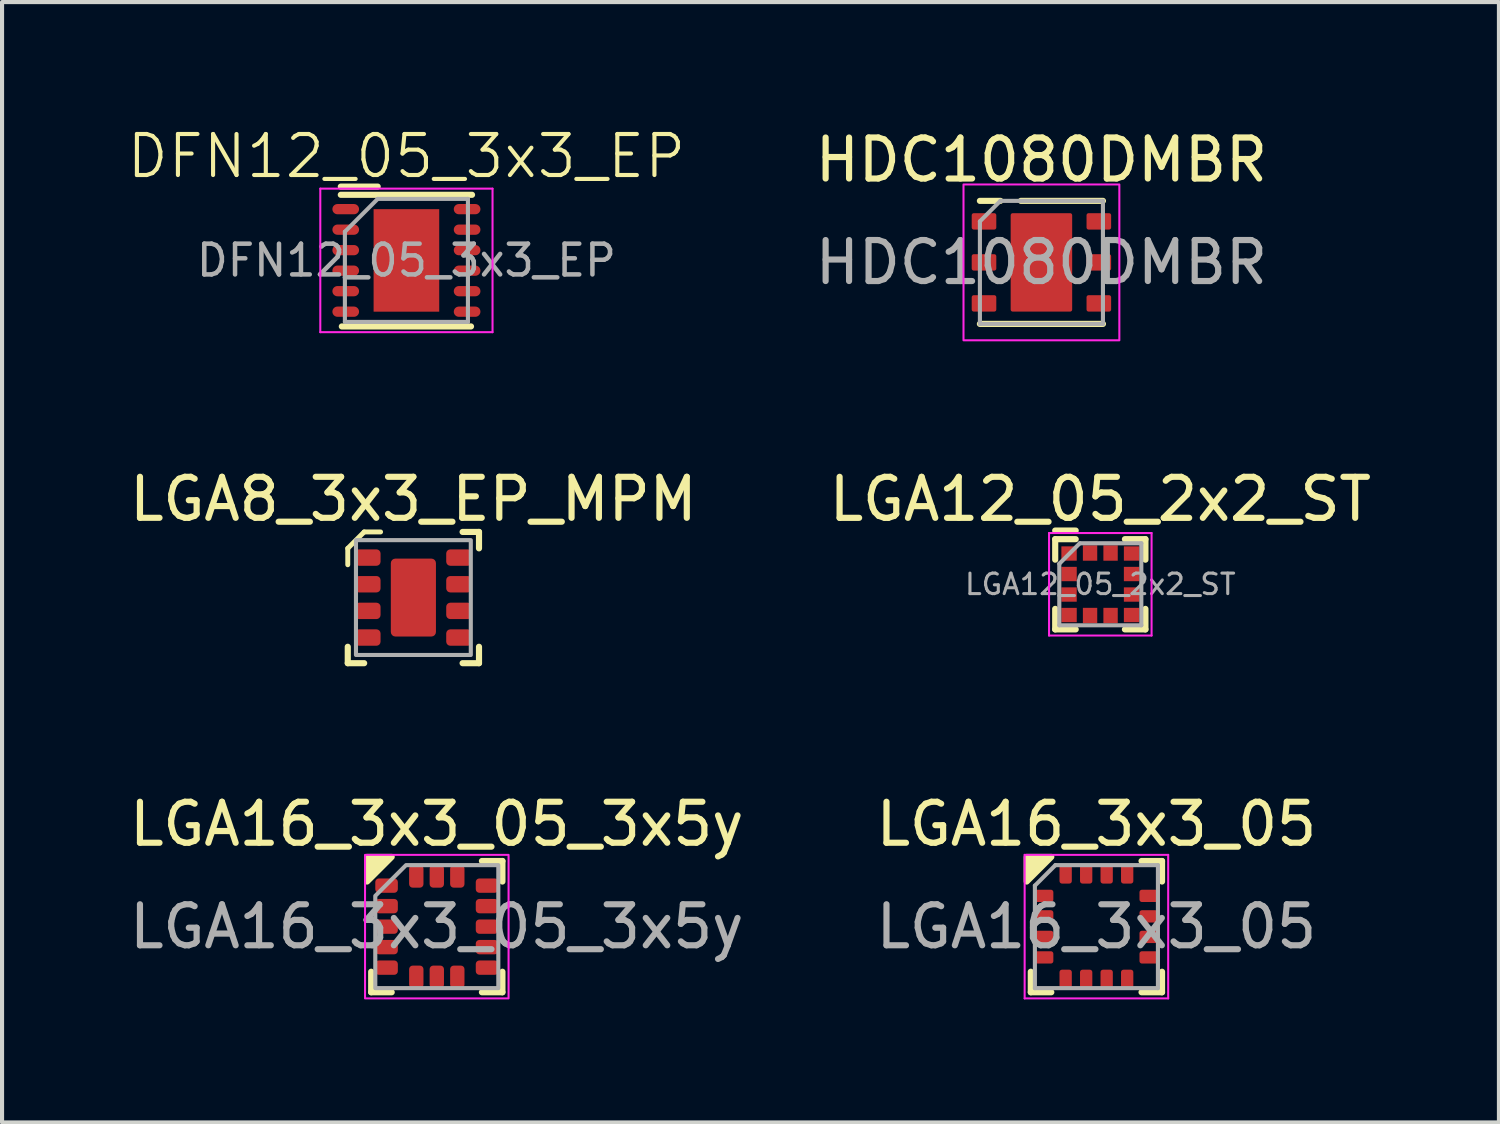
<source format=kicad_pcb>
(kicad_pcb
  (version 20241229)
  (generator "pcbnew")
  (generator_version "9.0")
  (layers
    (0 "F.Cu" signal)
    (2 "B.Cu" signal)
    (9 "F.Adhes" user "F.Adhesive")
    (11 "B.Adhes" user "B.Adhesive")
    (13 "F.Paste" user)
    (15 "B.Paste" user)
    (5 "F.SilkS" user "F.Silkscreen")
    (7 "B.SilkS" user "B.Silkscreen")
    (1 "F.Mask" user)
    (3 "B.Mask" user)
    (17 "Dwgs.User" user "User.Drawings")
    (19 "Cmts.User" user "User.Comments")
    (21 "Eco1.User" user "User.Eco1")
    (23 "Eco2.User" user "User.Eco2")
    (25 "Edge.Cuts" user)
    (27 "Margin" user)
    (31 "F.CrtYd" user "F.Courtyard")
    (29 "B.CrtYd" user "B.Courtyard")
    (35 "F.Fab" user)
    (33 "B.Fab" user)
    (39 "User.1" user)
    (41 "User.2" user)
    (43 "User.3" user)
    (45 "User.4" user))
  (footprint "LGA16_3x3_05"
    (layer "F.Cu")
    (at 23.685 19.545)
    (property "Reference" "LGA16_3x3_05" (at 0 -2.5 0) (layer "F.SilkS") (effects (font (size 1 1) (thickness 0.15))))
    (attr smd)
    (fp_line (start -1.6 1.6) (end -1.6 1.1) (stroke (width 0.15) (type solid)) (layer "F.SilkS"))
    (fp_line (start -1.1 1.6) (end -1.6 1.6) (stroke (width 0.15) (type solid)) (layer "F.SilkS"))
    (fp_line (start 1.1 -1.6) (end 1.6 -1.6) (stroke (width 0.15) (type solid)) (layer "F.SilkS"))
    (fp_line (start 1.1 1.6) (end 1.6 1.6) (stroke (width 0.15) (type solid)) (layer "F.SilkS"))
    (fp_line (start 1.6 -1.6) (end 1.6 -1.1) (stroke (width 0.15) (type solid)) (layer "F.SilkS"))
    (fp_line (start 1.6 1.6) (end 1.6 1.1) (stroke (width 0.15) (type solid)) (layer "F.SilkS"))
    (fp_poly (pts (xy -1.7 -1.1) (xy -1.7 -1.7) (xy -1.1 -1.7)) (stroke (width 0.15) (type solid)) (fill yes) (layer "F.SilkS"))
    (fp_line (start -1.75 -1.75) (end 1.75 -1.75) (stroke (width 0.05) (type solid)) (layer "F.CrtYd"))
    (fp_line (start -1.75 1.75) (end -1.75 -1.75) (stroke (width 0.05) (type solid)) (layer "F.CrtYd"))
    (fp_line (start 1.75 -1.75) (end 1.75 1.75) (stroke (width 0.05) (type solid)) (layer "F.CrtYd"))
    (fp_line (start 1.75 1.75) (end -1.75 1.75) (stroke (width 0.05) (type solid)) (layer "F.CrtYd"))
    (fp_line (start -1.5 -1) (end -1 -1.5) (stroke (width 0.1) (type solid)) (layer "F.Fab"))
    (fp_line (start -1.5 1.5) (end -1.5 -1) (stroke (width 0.1) (type solid)) (layer "F.Fab"))
    (fp_line (start -1 -1.5) (end 1.5 -1.5) (stroke (width 0.1) (type solid)) (layer "F.Fab"))
    (fp_line (start 1.5 -1.5) (end 1.5 1.5) (stroke (width 0.1) (type solid)) (layer "F.Fab"))
    (fp_line (start 1.5 1.5) (end -1.5 1.5) (stroke (width 0.1) (type solid)) (layer "F.Fab"))
    (fp_text user "${REFERENCE}" (at 0 0 180) (layer "F.Fab") (effects (font (size 1 1) (thickness 0.15))))
    (pad "1" smd roundrect (at -1.275 -0.75 90) (size 0.3 0.45) (layers "F.Cu" "F.Mask" "F.Paste") (roundrect_rratio 0.2))
    (pad "2" smd roundrect (at -1.275 -0.25 90) (size 0.3 0.45) (layers "F.Cu" "F.Mask" "F.Paste") (roundrect_rratio 0.2))
    (pad "3" smd roundrect (at -1.275 0.25 90) (size 0.3 0.45) (layers "F.Cu" "F.Mask" "F.Paste") (roundrect_rratio 0.2))
    (pad "4" smd roundrect (at -1.275 0.75 90) (size 0.3 0.45) (layers "F.Cu" "F.Mask" "F.Paste") (roundrect_rratio 0.2))
    (pad "5" smd roundrect (at -0.75 1.275) (size 0.3 0.45) (layers "F.Cu" "F.Mask" "F.Paste") (roundrect_rratio 0.2))
    (pad "6" smd roundrect (at -0.25 1.275) (size 0.3 0.45) (layers "F.Cu" "F.Mask" "F.Paste") (roundrect_rratio 0.2))
    (pad "7" smd roundrect (at 0.25 1.275) (size 0.3 0.45) (layers "F.Cu" "F.Mask" "F.Paste") (roundrect_rratio 0.2))
    (pad "8" smd roundrect (at 0.75 1.275) (size 0.3 0.45) (layers "F.Cu" "F.Mask" "F.Paste") (roundrect_rratio 0.2))
    (pad "9" smd roundrect (at 1.275 0.75 90) (size 0.3 0.45) (layers "F.Cu" "F.Mask" "F.Paste") (roundrect_rratio 0.2))
    (pad "10" smd roundrect (at 1.275 0.25 90) (size 0.3 0.45) (layers "F.Cu" "F.Mask" "F.Paste") (roundrect_rratio 0.2))
    (pad "11" smd roundrect (at 1.275 -0.25 90) (size 0.3 0.45) (layers "F.Cu" "F.Mask" "F.Paste") (roundrect_rratio 0.2))
    (pad "12" smd roundrect (at 1.275 -0.75 90) (size 0.3 0.45) (layers "F.Cu" "F.Mask" "F.Paste") (roundrect_rratio 0.2))
    (pad "13" smd roundrect (at 0.75 -1.275) (size 0.3 0.45) (layers "F.Cu" "F.Mask" "F.Paste") (roundrect_rratio 0.2))
    (pad "14" smd roundrect (at 0.25 -1.275) (size 0.3 0.45) (layers "F.Cu" "F.Mask" "F.Paste") (roundrect_rratio 0.2))
    (pad "15" smd roundrect (at -0.25 -1.275) (size 0.3 0.45) (layers "F.Cu" "F.Mask" "F.Paste") (roundrect_rratio 0.2))
    (pad "16" smd roundrect (at -0.75 -1.275) (size 0.3 0.45) (layers "F.Cu" "F.Mask" "F.Paste") (roundrect_rratio 0.2)))
  (footprint "LGA8_3x3_EP_MPM"
    (layer "F.Cu")
    (at 7.03 11.521)
    (property "Reference" "LGA8_3x3_EP_MPM" (at 0 -2.4 0) (unlocked yes) (layer "F.SilkS") (effects (font (size 1 1) (thickness 0.15))))
    (attr smd)
    (fp_line (start -1.6 -1.2) (end -1.2 -1.6) (stroke (width 0.12) (type solid)) (layer "F.SilkS"))
    (fp_line (start -1.6 -0.8) (end -1.6 -1.2) (stroke (width 0.12) (type solid)) (layer "F.SilkS"))
    (fp_line (start -1.6 1.6) (end -1.6 1.2) (stroke (width 0.15) (type solid)) (layer "F.SilkS"))
    (fp_line (start -1.2 -1.6) (end -0.8 -1.6) (stroke (width 0.12) (type solid)) (layer "F.SilkS"))
    (fp_line (start -1.2 1.6) (end -1.6 1.6) (stroke (width 0.15) (type solid)) (layer "F.SilkS"))
    (fp_line (start 1.2 -1.6) (end 1.6 -1.6) (stroke (width 0.15) (type solid)) (layer "F.SilkS"))
    (fp_line (start 1.6 -1.6) (end 1.6 -1.2) (stroke (width 0.15) (type solid)) (layer "F.SilkS"))
    (fp_line (start 1.6 1.2) (end 1.6 1.6) (stroke (width 0.15) (type solid)) (layer "F.SilkS"))
    (fp_line (start 1.6 1.6) (end 1.2 1.6) (stroke (width 0.15) (type solid)) (layer "F.SilkS"))
    (fp_rect (start -1.4 -1.4) (end 1.4 1.4) (stroke (width 0.1) (type solid)) (fill no) (layer "F.Fab"))
    (pad "1" smd roundrect (at -1.113 -0.975 90) (size 0.4 0.625) (layers "F.Cu" "F.Mask" "F.Paste") (roundrect_rratio 0.25))
    (pad "2" smd roundrect (at -1.113 -0.325 90) (size 0.4 0.625) (layers "F.Cu" "F.Mask" "F.Paste") (roundrect_rratio 0.25))
    (pad "3" smd roundrect (at -1.113 0.325 90) (size 0.4 0.625) (layers "F.Cu" "F.Mask" "F.Paste") (roundrect_rratio 0.25))
    (pad "4" smd roundrect (at -1.113 0.975 90) (size 0.4 0.625) (layers "F.Cu" "F.Mask" "F.Paste") (roundrect_rratio 0.25))
    (pad "5" smd roundrect (at 1.113 0.975 90) (size 0.4 0.625) (layers "F.Cu" "F.Mask" "F.Paste") (roundrect_rratio 0.25))
    (pad "6" smd roundrect (at 1.113 0.325 90) (size 0.4 0.625) (layers "F.Cu" "F.Mask" "F.Paste") (roundrect_rratio 0.25))
    (pad "7" smd roundrect (at 1.113 -0.325 90) (size 0.4 0.625) (layers "F.Cu" "F.Mask" "F.Paste") (roundrect_rratio 0.25))
    (pad "8" smd roundrect (at 1.113 -0.975 90) (size 0.4 0.625) (layers "F.Cu" "F.Mask" "F.Paste") (roundrect_rratio 0.25))
    (pad "9" smd roundrect (at 0 0) (size 1.1 1.9) (layers "F.Cu" "F.Mask" "F.Paste") (roundrect_rratio 0.1))
    (zone (net_name "") (layer "F.Cu") (hatch edge 0.508) (connect_pads) (min_thickness 0.254) (filled_areas_thickness no) (keepout (tracks not_allowed) (vias not_allowed) (pads not_allowed) (copperpour not_allowed) (footprints allowed)) (placement (enabled no)) (fill) (polygon (pts (xy 7.63 10.421) (xy 6.43 10.421) (xy 6.43 9.921) (xy 7.63 9.921)))))
  (footprint "DFN12_05_3x3_EP"
    (layer "F.Cu")
    (at 6.86 3.3)
    (property "Reference" "DFN12_05_3x3_EP" (at 0 -2.54 0) (unlocked yes) (layer "F.SilkS") (effects (font (size 1 1) (thickness 0.1))))
    (attr smd)
    (fp_line (start -1.6 -1.6) (end 1.6 -1.6) (stroke (width 0.15) (type solid)) (layer "F.SilkS"))
    (fp_line (start -1.575 1.61) (end 1.575 1.61) (stroke (width 0.15) (type solid)) (layer "F.SilkS"))
    (fp_line (start -0.7 -1.8) (end -1.6 -1.8) (stroke (width 0.15) (type default)) (layer "F.SilkS"))
    (fp_line (start -2.1 -1.75) (end -2.1 1.75) (stroke (width 0.05) (type solid)) (layer "F.CrtYd"))
    (fp_line (start -2.1 1.75) (end 2.1 1.75) (stroke (width 0.05) (type solid)) (layer "F.CrtYd"))
    (fp_line (start 2.1 -1.75) (end -2.1 -1.75) (stroke (width 0.05) (type solid)) (layer "F.CrtYd"))
    (fp_line (start 2.1 1.75) (end 2.1 -1.75) (stroke (width 0.05) (type solid)) (layer "F.CrtYd"))
    (fp_line (start -1.5 -0.7) (end -1.5 1.5) (stroke (width 0.1) (type default)) (layer "F.Fab"))
    (fp_line (start -1.5 -0.7) (end -0.7 -1.5) (stroke (width 0.1) (type default)) (layer "F.Fab"))
    (fp_line (start 1.5 -1.5) (end -0.7 -1.5) (stroke (width 0.1) (type solid)) (layer "F.Fab"))
    (fp_line (start 1.5 1.5) (end -1.5 1.5) (stroke (width 0.1) (type solid)) (layer "F.Fab"))
    (fp_line (start 1.5 1.5) (end 1.5 -1.5) (stroke (width 0.1) (type default)) (layer "F.Fab"))
    (fp_text user "${REFERENCE}" (at 0 0 0) (layer "F.Fab") (effects (font (size 0.75 0.75) (thickness 0.11))))
    (pad "" smd roundrect (at -0.4 -0.625) (size 0.64 1.01) (layers "F.Paste") (roundrect_rratio 0.25))
    (pad "" smd roundrect (at -0.4 0.625) (size 0.64 1.01) (layers "F.Paste") (roundrect_rratio 0.25))
    (pad "" smd roundrect (at 0.4 -0.625) (size 0.64 1.01) (layers "F.Paste") (roundrect_rratio 0.25))
    (pad "" smd roundrect (at 0.4 0.625) (size 0.64 1.01) (layers "F.Paste") (roundrect_rratio 0.25))
    (pad "1" smd oval (at -1.48 -1.25) (size 0.65 0.25) (layers "F.Cu" "F.Mask" "F.Paste"))
    (pad "2" smd oval (at -1.48 -0.75) (size 0.65 0.25) (layers "F.Cu" "F.Mask" "F.Paste"))
    (pad "3" smd oval (at -1.48 -0.25) (size 0.65 0.25) (layers "F.Cu" "F.Mask" "F.Paste"))
    (pad "4" smd oval (at -1.48 0.25) (size 0.65 0.25) (layers "F.Cu" "F.Mask" "F.Paste"))
    (pad "5" smd oval (at -1.48 0.75) (size 0.65 0.25) (layers "F.Cu" "F.Mask" "F.Paste"))
    (pad "6" smd oval (at -1.48 1.25) (size 0.65 0.25) (layers "F.Cu" "F.Mask" "F.Paste"))
    (pad "7" smd oval (at 1.48 1.25) (size 0.65 0.25) (layers "F.Cu" "F.Mask" "F.Paste"))
    (pad "8" smd oval (at 1.48 0.75) (size 0.65 0.25) (layers "F.Cu" "F.Mask" "F.Paste"))
    (pad "9" smd oval (at 1.48 0.25) (size 0.65 0.25) (layers "F.Cu" "F.Mask" "F.Paste"))
    (pad "10" smd oval (at 1.48 -0.25) (size 0.65 0.25) (layers "F.Cu" "F.Mask" "F.Paste"))
    (pad "11" smd oval (at 1.48 -0.75) (size 0.65 0.25) (layers "F.Cu" "F.Mask" "F.Paste"))
    (pad "12" smd oval (at 1.48 -1.25) (size 0.65 0.25) (layers "F.Cu" "F.Mask" "F.Paste"))
    (pad "13" smd rect (at 0 0) (size 1.6 2.5) (layers "F.Cu" "F.Mask")))
  (footprint "HDC1080DMBR"
    (layer "F.Cu")
    (at 22.344 3.348)
    (property "Reference" "HDC1080DMBR" (at 0 -2.5 0) (unlocked yes) (layer "F.SilkS") (effects (font (size 1 1) (thickness 0.15))))
    (attr smd)
    (fp_line (start -1 -1.5) (end -1.5 -1.5) (stroke (width 0.15) (type solid)) (layer "F.SilkS"))
    (fp_line (start 1.5 -1.5) (end -0.5 -1.5) (stroke (width 0.15) (type solid)) (layer "F.SilkS"))
    (fp_line (start 1.5 1.5) (end -1.5 1.5) (stroke (width 0.15) (type solid)) (layer "F.SilkS"))
    (fp_rect (start -0.64 -1.1) (end 0.64 -0.1) (stroke (width 0.1) (type solid)) (fill yes) (layer "F.Paste"))
    (fp_rect (start -0.64 0.1) (end 0.64 1.1) (stroke (width 0.1) (type solid)) (fill yes) (layer "F.Paste"))
    (fp_rect (start -1.9 -1.9) (end 1.9 1.9) (stroke (width 0.05) (type solid)) (fill no) (layer "F.CrtYd"))
    (fp_line (start -1.5 -1) (end -1.5 1.5) (stroke (width 0.1) (type default)) (layer "F.Fab"))
    (fp_line (start -1.5 -1) (end -1 -1.5) (stroke (width 0.1) (type default)) (layer "F.Fab"))
    (fp_line (start 1.5 -1.5) (end -1 -1.5) (stroke (width 0.1) (type default)) (layer "F.Fab"))
    (fp_line (start 1.5 -1.5) (end 1.5 1.5) (stroke (width 0.1) (type default)) (layer "F.Fab"))
    (fp_line (start 1.5 1.5) (end -1.5 1.5) (stroke (width 0.1) (type default)) (layer "F.Fab"))
    (fp_text user "${REFERENCE}" (at 0 0 0) (unlocked yes) (layer "F.Fab") (effects (font (size 1 1) (thickness 0.15))))
    (pad "1" smd roundrect (at -1.4 -1) (size 0.6 0.4) (layers "F.Cu" "F.Mask" "F.Paste") (roundrect_rratio 0.125))
    (pad "2" smd roundrect (at -1.4 0) (size 0.6 0.4) (layers "F.Cu" "F.Mask" "F.Paste") (roundrect_rratio 0.125))
    (pad "3" smd roundrect (at -1.4 1) (size 0.6 0.4) (layers "F.Cu" "F.Mask" "F.Paste") (roundrect_rratio 0.125))
    (pad "4" smd roundrect (at 1.4 1) (size 0.6 0.4) (layers "F.Cu" "F.Mask" "F.Paste") (roundrect_rratio 0.125))
    (pad "5" smd roundrect (at 1.4 0) (size 0.6 0.4) (layers "F.Cu" "F.Mask" "F.Paste") (roundrect_rratio 0.125))
    (pad "6" smd roundrect (at 1.4 -1) (size 0.6 0.4) (layers "F.Cu" "F.Mask" "F.Paste") (roundrect_rratio 0.125))
    (pad "EP" smd roundrect (at 0 0) (size 1.5 2.4) (layers "F.Cu" "F.Mask") (roundrect_rratio 0.033)))
  (footprint "LGA12_05_2x2_ST"
    (layer "F.Cu")
    (at 23.78 11.197)
    (property "Reference" "LGA12_05_2x2_ST" (at 0 -2.075 0) (layer "F.SilkS") (effects (font (size 1 1) (thickness 0.15))))
    (attr smd)
    (fp_line (start -1.1 -1.31) (end -0.6 -1.31) (stroke (width 0.15) (type solid)) (layer "F.SilkS"))
    (fp_line (start -1.1 -1.1) (end -0.6 -1.1) (stroke (width 0.15) (type solid)) (layer "F.SilkS"))
    (fp_line (start -1.1 -0.6) (end -1.1 -1.1) (stroke (width 0.15) (type solid)) (layer "F.SilkS"))
    (fp_line (start -1.1 0.6) (end -1.1 0.6) (stroke (width 0.12) (type solid)) (layer "F.SilkS"))
    (fp_line (start -1.1 1.1) (end -1.1 0.6) (stroke (width 0.15) (type solid)) (layer "F.SilkS"))
    (fp_line (start -0.6 1.1) (end -1.1 1.1) (stroke (width 0.15) (type solid)) (layer "F.SilkS"))
    (fp_line (start 0.6 -1.1) (end 1.1 -1.1) (stroke (width 0.15) (type solid)) (layer "F.SilkS"))
    (fp_line (start 0.6 1.1) (end 0.6 1.1) (stroke (width 0.12) (type solid)) (layer "F.SilkS"))
    (fp_line (start 1.1 -1.1) (end 1.1 -0.6) (stroke (width 0.15) (type solid)) (layer "F.SilkS"))
    (fp_line (start 1.1 -0.6) (end 1.1 -0.6) (stroke (width 0.12) (type solid)) (layer "F.SilkS"))
    (fp_line (start 1.1 0.6) (end 1.1 1.1) (stroke (width 0.15) (type solid)) (layer "F.SilkS"))
    (fp_line (start 1.1 1.1) (end 0.6 1.1) (stroke (width 0.15) (type solid)) (layer "F.SilkS"))
    (fp_line (start -1.25 -1.25) (end 1.25 -1.25) (stroke (width 0.05) (type solid)) (layer "F.CrtYd"))
    (fp_line (start -1.25 1.25) (end -1.25 -1.25) (stroke (width 0.05) (type solid)) (layer "F.CrtYd"))
    (fp_line (start 1.25 -1.25) (end 1.25 1.25) (stroke (width 0.05) (type solid)) (layer "F.CrtYd"))
    (fp_line (start 1.25 1.25) (end -1.25 1.25) (stroke (width 0.05) (type solid)) (layer "F.CrtYd"))
    (fp_line (start -1 -0.5) (end -0.5 -1) (stroke (width 0.1) (type solid)) (layer "F.Fab"))
    (fp_line (start -1 1) (end -1 -0.5) (stroke (width 0.1) (type solid)) (layer "F.Fab"))
    (fp_line (start -0.5 -1) (end 1 -1) (stroke (width 0.1) (type solid)) (layer "F.Fab"))
    (fp_line (start 1 -1) (end 1 1) (stroke (width 0.1) (type solid)) (layer "F.Fab"))
    (fp_line (start 1 1) (end -1 1) (stroke (width 0.1) (type solid)) (layer "F.Fab"))
    (fp_text user "${REFERENCE}" (at 0 0 0) (layer "F.Fab") (effects (font (size 0.5 0.5) (thickness 0.075))))
    (pad "1" smd rect (at -0.762 -0.75) (size 0.375 0.35) (layers "F.Cu" "F.Mask" "F.Paste"))
    (pad "2" smd rect (at -0.762 -0.25) (size 0.375 0.35) (layers "F.Cu" "F.Mask" "F.Paste"))
    (pad "3" smd rect (at -0.762 0.25) (size 0.375 0.35) (layers "F.Cu" "F.Mask" "F.Paste"))
    (pad "4" smd rect (at -0.762 0.75) (size 0.375 0.35) (layers "F.Cu" "F.Mask" "F.Paste"))
    (pad "5" smd rect (at -0.25 0.762 90) (size 0.375 0.35) (layers "F.Cu" "F.Mask" "F.Paste"))
    (pad "6" smd rect (at 0.25 0.762 90) (size 0.375 0.35) (layers "F.Cu" "F.Mask" "F.Paste"))
    (pad "7" smd rect (at 0.762 0.75) (size 0.375 0.35) (layers "F.Cu" "F.Mask" "F.Paste"))
    (pad "8" smd rect (at 0.762 0.25) (size 0.375 0.35) (layers "F.Cu" "F.Mask" "F.Paste"))
    (pad "9" smd rect (at 0.762 -0.25) (size 0.375 0.35) (layers "F.Cu" "F.Mask" "F.Paste"))
    (pad "10" smd rect (at 0.762 -0.75) (size 0.375 0.35) (layers "F.Cu" "F.Mask" "F.Paste"))
    (pad "11" smd rect (at 0.25 -0.762 90) (size 0.375 0.35) (layers "F.Cu" "F.Mask" "F.Paste"))
    (pad "12" smd rect (at -0.25 -0.762 90) (size 0.375 0.35) (layers "F.Cu" "F.Mask" "F.Paste")))
  (footprint "LGA16_3x3_05_3x5y"
    (layer "F.Cu")
    (at 7.601 19.545)
    (property "Reference" "LGA16_3x3_05_3x5y" (at 0 -2.5 0) (layer "F.SilkS") (effects (font (size 1 1) (thickness 0.15))))
    (attr smd)
    (fp_line (start -1.6 1.6) (end -1.6 1.1) (stroke (width 0.15) (type solid)) (layer "F.SilkS"))
    (fp_line (start -1.1 1.6) (end -1.6 1.6) (stroke (width 0.15) (type solid)) (layer "F.SilkS"))
    (fp_line (start 1.1 -1.6) (end 1.6 -1.6) (stroke (width 0.15) (type solid)) (layer "F.SilkS"))
    (fp_line (start 1.1 1.6) (end 1.6 1.6) (stroke (width 0.15) (type solid)) (layer "F.SilkS"))
    (fp_line (start 1.6 -1.6) (end 1.6 -1.1) (stroke (width 0.15) (type solid)) (layer "F.SilkS"))
    (fp_line (start 1.6 1.6) (end 1.6 1.1) (stroke (width 0.15) (type solid)) (layer "F.SilkS"))
    (fp_poly (pts (xy -1.7 -1.1) (xy -1.7 -1.7) (xy -1.1 -1.7)) (stroke (width 0.15) (type solid)) (fill yes) (layer "F.SilkS"))
    (fp_rect (start -1.75 -1.75) (end 1.75 1.75) (stroke (width 0.05) (type solid)) (fill no) (layer "F.CrtYd"))
    (fp_poly (pts (xy -1.5 -0.75) (xy -1.5 1.5) (xy 1.5 1.5) (xy 1.5 -1.5) (xy -0.75 -1.5)) (stroke (width 0.1) (type solid)) (fill no) (layer "F.Fab"))
    (fp_text user "${REFERENCE}" (at 0 0 0) (layer "F.Fab") (effects (font (size 1 1) (thickness 0.15))))
    (pad "1" smd roundrect (at -1.225 -1) (size 0.55 0.35) (layers "F.Cu" "F.Mask" "F.Paste") (roundrect_rratio 0.25))
    (pad "2" smd roundrect (at -1.225 -0.5) (size 0.55 0.35) (layers "F.Cu" "F.Mask" "F.Paste") (roundrect_rratio 0.25))
    (pad "3" smd roundrect (at -1.225 0) (size 0.55 0.35) (layers "F.Cu" "F.Mask" "F.Paste") (roundrect_rratio 0.25))
    (pad "4" smd roundrect (at -1.225 0.5) (size 0.55 0.35) (layers "F.Cu" "F.Mask" "F.Paste") (roundrect_rratio 0.25))
    (pad "5" smd roundrect (at -1.225 1) (size 0.55 0.35) (layers "F.Cu" "F.Mask" "F.Paste") (roundrect_rratio 0.25))
    (pad "6" smd roundrect (at -0.5 1.225) (size 0.35 0.55) (layers "F.Cu" "F.Mask" "F.Paste") (roundrect_rratio 0.25))
    (pad "7" smd roundrect (at 0 1.225) (size 0.35 0.55) (layers "F.Cu" "F.Mask" "F.Paste") (roundrect_rratio 0.25))
    (pad "8" smd roundrect (at 0.5 1.225) (size 0.35 0.55) (layers "F.Cu" "F.Mask" "F.Paste") (roundrect_rratio 0.25))
    (pad "9" smd roundrect (at 1.225 1) (size 0.55 0.35) (layers "F.Cu" "F.Mask" "F.Paste") (roundrect_rratio 0.25))
    (pad "10" smd roundrect (at 1.225 0.5) (size 0.55 0.35) (layers "F.Cu" "F.Mask" "F.Paste") (roundrect_rratio 0.25))
    (pad "11" smd roundrect (at 1.225 0) (size 0.55 0.35) (layers "F.Cu" "F.Mask" "F.Paste") (roundrect_rratio 0.25))
    (pad "12" smd roundrect (at 1.225 -0.5) (size 0.55 0.35) (layers "F.Cu" "F.Mask" "F.Paste") (roundrect_rratio 0.25))
    (pad "13" smd roundrect (at 1.225 -1) (size 0.55 0.35) (layers "F.Cu" "F.Mask" "F.Paste") (roundrect_rratio 0.25))
    (pad "14" smd roundrect (at 0.5 -1.225) (size 0.35 0.55) (layers "F.Cu" "F.Mask" "F.Paste") (roundrect_rratio 0.25))
    (pad "15" smd roundrect (at 0 -1.225) (size 0.35 0.55) (layers "F.Cu" "F.Mask" "F.Paste") (roundrect_rratio 0.25))
    (pad "16" smd roundrect (at -0.5 -1.225) (size 0.35 0.55) (layers "F.Cu" "F.Mask" "F.Paste") (roundrect_rratio 0.25)))
  (gr_rect
    (start -3 -3)
    (end 33.5 24.32)
    (stroke (width 0.1) (type default))
    (fill no)
    (layer "Edge.Cuts")))
</source>
